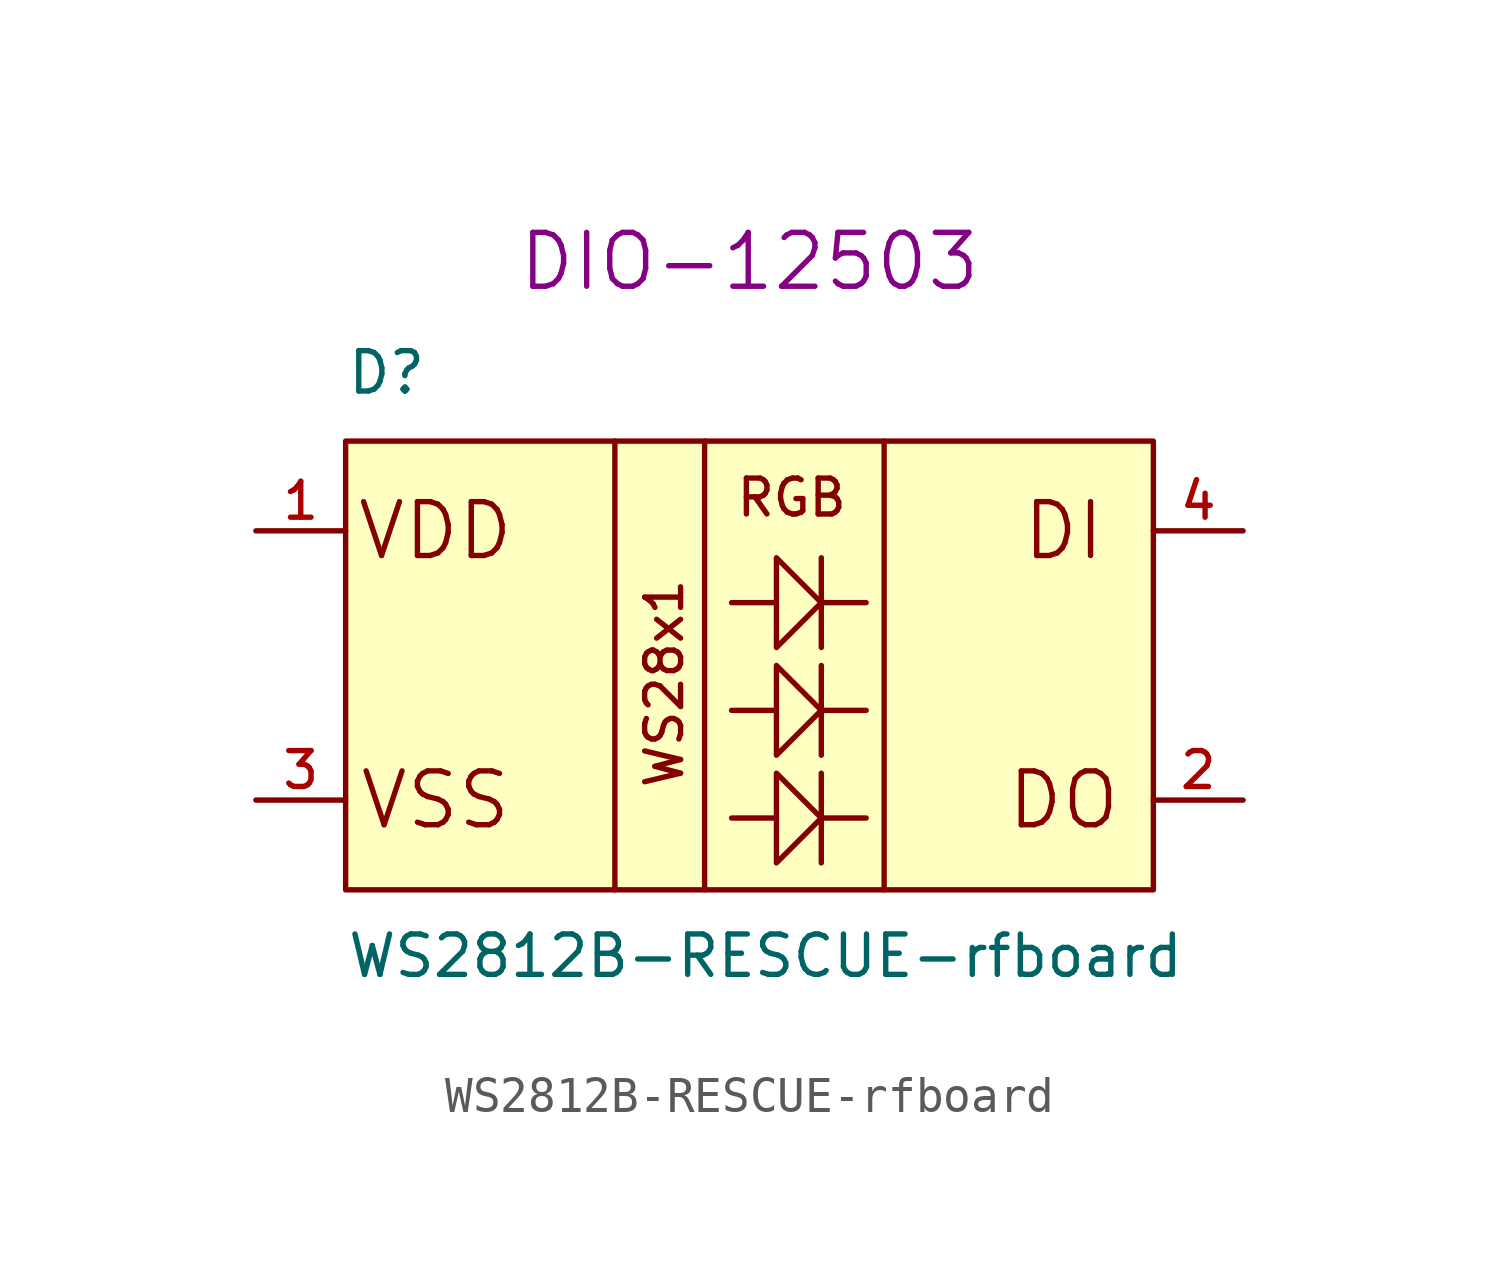
<source format=kicad_sym>
(kicad_symbol_lib
  (version 20231120)
  (generator "kicad_symbol_editor")
  (generator_version "8.0")
  (symbol "WS2812B-RESCUE-rfboard"
    (pin_names
      (offset 1.016) hide)
    (property "Reference" "D"
      (at -11.43 8.89 0)
      (effects (font (size 1.143 1.143)) (justify left bottom)))
    (property "Value" "WS2812B-RESCUE-rfboard"
      (at -11.43 -7.62 0)
      (effects (font (size 1.143 1.143)) (justify left bottom)))
    (property "Field5" "DIO-12503"
      (at 0 12.7 0)
      (effects (font (size 1.524 1.524))))
    (property "ki_locked" ""
      (at 0 0 0)
      (effects (font (size 1.27 1.27))))
    (symbol "WS2812B-RESCUE-rfboard_0_0"
      (text "DI" (at 8.89 5.08 0) (effects (font (size 1.524 1.524))))
      (text "DO" (at 8.89 -2.54 0) (effects (font (size 1.524 1.524))))
      (text "VDD" (at -8.89 5.08 0) (effects (font (size 1.524 1.524))))
      (text "VSS" (at -8.89 -2.54 0) (effects (font (size 1.524 1.524)))))
    (symbol "WS2812B-RESCUE-rfboard_1_0"
      (polyline (pts (xy -3.81 7.62) (xy -3.81 -5.08)) (stroke (width 0) (type solid)) (fill (type none)))
      (polyline (pts (xy -1.27 7.62) (xy -1.27 -5.08)) (stroke (width 0) (type solid)) (fill (type none)))
      (polyline (pts (xy 0.762 -3.048) (xy -0.508 -3.048)) (stroke (width 0) (type solid)) (fill (type none)))
      (polyline (pts (xy 0.762 0) (xy -0.508 0)) (stroke (width 0) (type solid)) (fill (type none)))
      (polyline (pts (xy 0.762 3.048) (xy -0.508 3.048)) (stroke (width 0) (type solid)) (fill (type none)))
      (polyline (pts (xy 2.032 -3.048) (xy 2.032 -4.318)) (stroke (width 0) (type solid)) (fill (type none)))
      (polyline (pts (xy 2.032 -3.048) (xy 3.302 -3.048)) (stroke (width 0) (type solid)) (fill (type none)))
      (polyline (pts (xy 2.032 -1.778) (xy 2.032 -3.048)) (stroke (width 0) (type solid)) (fill (type none)))
      (polyline (pts (xy 2.032 0) (xy 2.032 -1.27)) (stroke (width 0) (type solid)) (fill (type none)))
      (polyline (pts (xy 2.032 0) (xy 3.302 0)) (stroke (width 0) (type solid)) (fill (type none)))
      (polyline (pts (xy 2.032 1.27) (xy 2.032 0)) (stroke (width 0) (type solid)) (fill (type none)))
      (polyline (pts (xy 2.032 3.048) (xy 2.032 1.778)) (stroke (width 0) (type solid)) (fill (type none)))
      (polyline (pts (xy 2.032 3.048) (xy 3.302 3.048)) (stroke (width 0) (type solid)) (fill (type none)))
      (polyline (pts (xy 2.032 4.318) (xy 2.032 3.048)) (stroke (width 0) (type solid)) (fill (type none)))
      (polyline (pts (xy 3.81 7.62) (xy 3.81 -5.08)) (stroke (width 0) (type solid)) (fill (type none)))
      (text "RGB" (at 1.194 6.02 0) (effects (font (size 1.016 1.016))))
      (text "WS28x1" (at -2.413 0.762 900) (effects (font (size 1.016 1.016)))))
    (symbol "WS2812B-RESCUE-rfboard_1_1"
      (polyline (pts (xy 0.762 -1.778) (xy 0.762 -3.048) (xy 0.762 -4.318) (xy 2.032 -3.048) (xy 0.762 -1.778)) (stroke (width 0) (type solid)) (fill (type background)))
      (polyline (pts (xy 0.762 1.27) (xy 0.762 0) (xy 0.762 -1.27) (xy 2.032 0) (xy 0.762 1.27)) (stroke (width 0) (type solid)) (fill (type background)))
      (polyline (pts (xy 0.762 4.318) (xy 0.762 3.048) (xy 0.762 1.778) (xy 2.032 3.048) (xy 0.762 4.318)) (stroke (width 0) (type solid)) (fill (type background)))
      (polyline (pts (xy 11.43 7.62) (xy 11.43 -5.08) (xy 3.81 -5.08) (xy -1.27 -5.08) (xy -3.81 -5.08) (xy -11.43 -5.08) (xy -11.43 7.62) (xy -3.81 7.62) (xy -1.27 7.62) (xy 3.81 7.62) (xy 11.43 7.62)) (stroke (width 0) (type solid)) (fill (type background)))
      (pin power_in line (at -13.97 5.08 0) (length 2.54) (name "VDD" (effects (font (size 1.016 1.016)))) (number "1" (effects (font (size 1.016 1.016)))))
      (pin output line (at 13.97 -2.54 180) (length 2.54) (name "DO" (effects (font (size 1.016 1.016)))) (number "2" (effects (font (size 1.016 1.016)))))
      (pin power_in line (at -13.97 -2.54 0) (length 2.54) (name "VSS" (effects (font (size 1.016 1.016)))) (number "3" (effects (font (size 1.016 1.016)))))
      (pin input line (at 13.97 5.08 180) (length 2.54) (name "DI" (effects (font (size 1.016 1.016)))) (number "4" (effects (font (size 1.016 1.016))))))))
</source>
